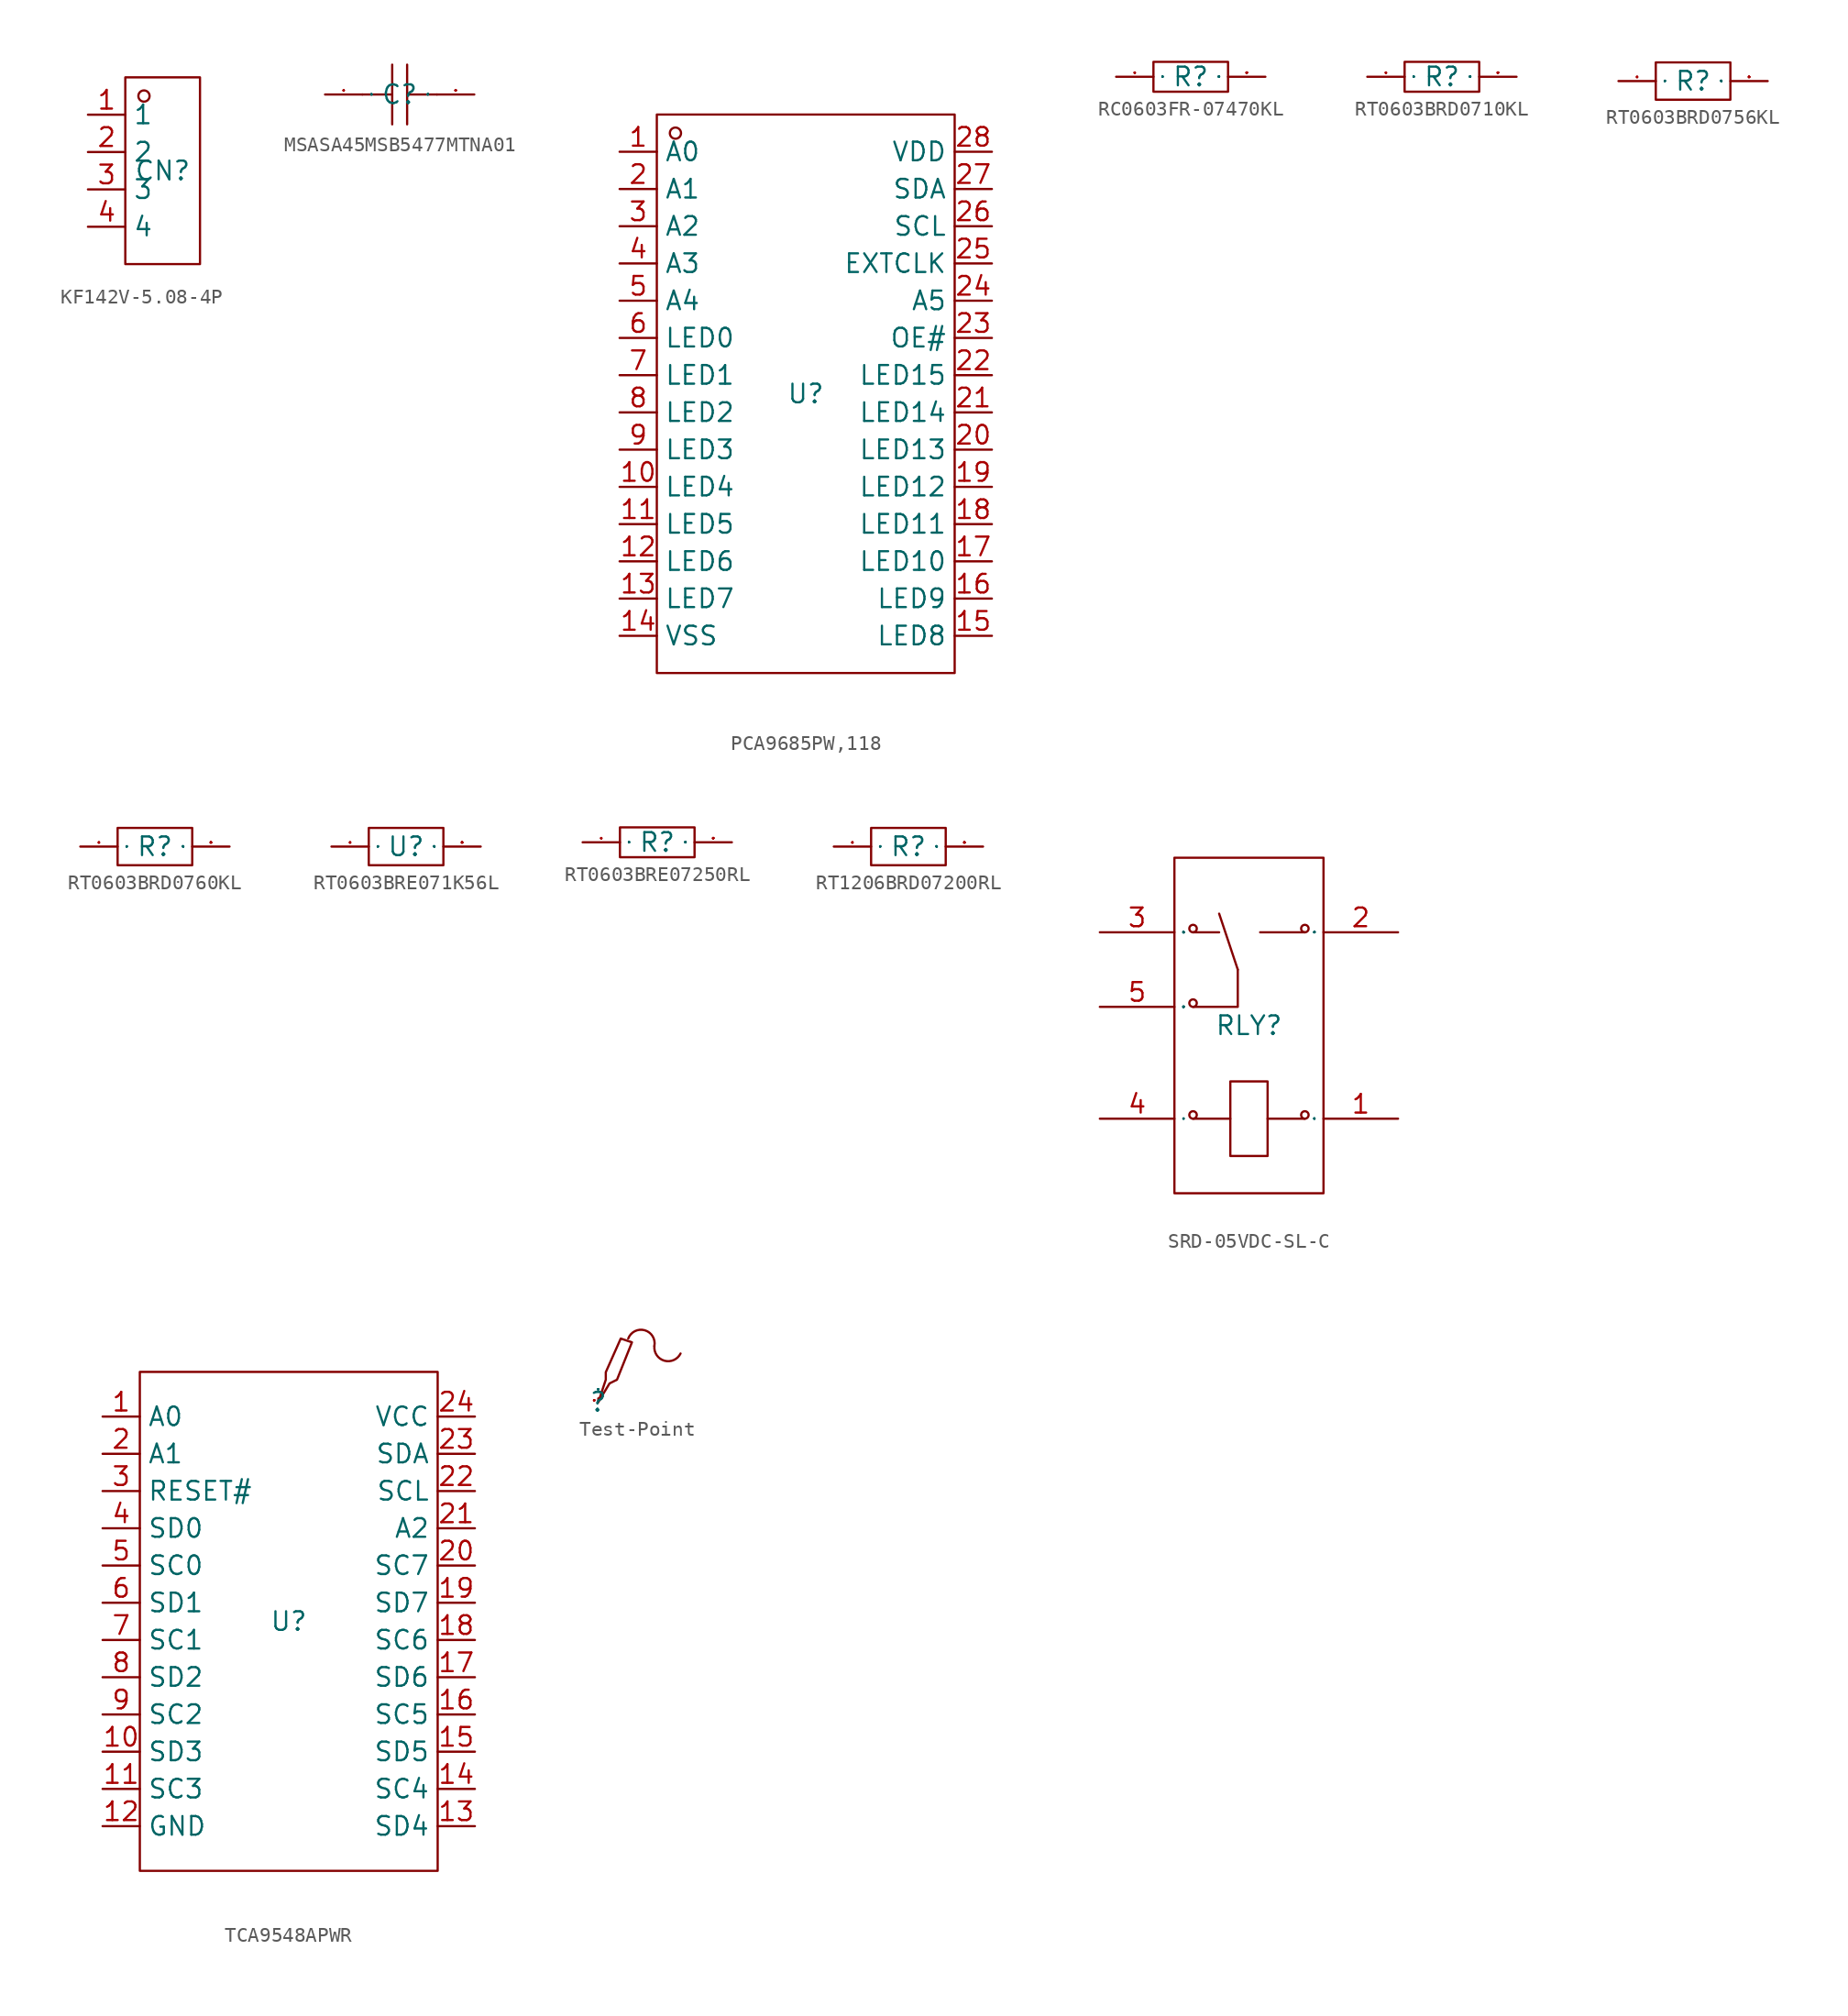
<source format=kicad_sym>
(kicad_symbol_lib
  (version 20241209)
  (generator "kicad_symbol_editor")
  (generator_version "9.0")
  (symbol "KF142V-5.08-4P"
    (property "Reference" "CN"
      (at 0 0 0)
      (effects (font (size 1.27 1.27))))
    (property "Value" ""
      (at 0 0 0)
      (effects (font (size 1.27 1.27))))
    (symbol "KF142V-5.08-4P_1_0"
      (rectangle (start -2.54 -6.35) (end 2.54 6.35) (stroke (width 0) (type default)) (fill (type none)))
      (circle (center -1.27 5.08) (radius 0.381) (stroke (width 0) (type default)) (fill (type none)))
      (pin unspecified line (at -5.08 3.81 0) (length 2.54) (name "1" (effects (font (size 1.27 1.27)))) (number "1" (effects (font (size 1.27 1.27)))))
      (pin unspecified line (at -5.08 1.27 0) (length 2.54) (name "2" (effects (font (size 1.27 1.27)))) (number "2" (effects (font (size 1.27 1.27)))))
      (pin unspecified line (at -5.08 -1.27 0) (length 2.54) (name "3" (effects (font (size 1.27 1.27)))) (number "3" (effects (font (size 1.27 1.27)))))
      (pin unspecified line (at -5.08 -3.81 0) (length 2.54) (name "4" (effects (font (size 1.27 1.27)))) (number "4" (effects (font (size 1.27 1.27)))))))
  (symbol "MSASA45MSB5477MTNA01"
    (property "Reference" "C"
      (at 0 0 0)
      (effects (font (size 1.27 1.27))))
    (symbol "MSASA45MSB5477MTNA01_1_0"
      (polyline (pts (xy -0.508 0) (xy -2.54 0)) (stroke (width 0) (type default)) (fill (type none)))
      (polyline (pts (xy -0.508 -2.032) (xy -0.508 2.032)) (stroke (width 0) (type default)) (fill (type none)))
      (polyline (pts (xy 0.508 2.032) (xy 0.508 -2.032)) (stroke (width 0) (type default)) (fill (type none)))
      (polyline (pts (xy 2.54 0) (xy 0.508 0)) (stroke (width 0) (type default)) (fill (type none)))
      (pin unspecified line (at -5.08 0 0) (length 2.54) (name "1" (effects (font (size 0.025 0.025)))) (number "1" (effects (font (size 0.025 0.025)))))
      (pin unspecified line (at 5.08 0 180) (length 2.54) (name "2" (effects (font (size 0.025 0.025)))) (number "2" (effects (font (size 0.025 0.025)))))))
  (symbol "PCA9685PW,118"
    (property "Reference" "U"
      (at 0 0 0)
      (effects (font (size 1.27 1.27))))
    (property "Value" ""
      (at 0 0 0)
      (effects (font (size 1.27 1.27))))
    (symbol "PCA9685PW,118_1_0"
      (rectangle (start -10.16 -19.05) (end 10.16 19.05) (stroke (width 0) (type default)) (fill (type none)))
      (circle (center -8.89 17.78) (radius 0.381) (stroke (width 0) (type default)) (fill (type none)))
      (pin input line (at -12.7 16.51 0) (length 2.54) (name "A0" (effects (font (size 1.27 1.27)))) (number "1" (effects (font (size 1.27 1.27)))))
      (pin input line (at -12.7 13.97 0) (length 2.54) (name "A1" (effects (font (size 1.27 1.27)))) (number "2" (effects (font (size 1.27 1.27)))))
      (pin input line (at -12.7 11.43 0) (length 2.54) (name "A2" (effects (font (size 1.27 1.27)))) (number "3" (effects (font (size 1.27 1.27)))))
      (pin input line (at -12.7 8.89 0) (length 2.54) (name "A3" (effects (font (size 1.27 1.27)))) (number "4" (effects (font (size 1.27 1.27)))))
      (pin input line (at -12.7 6.35 0) (length 2.54) (name "A4" (effects (font (size 1.27 1.27)))) (number "5" (effects (font (size 1.27 1.27)))))
      (pin input line (at -12.7 3.81 0) (length 2.54) (name "LED0" (effects (font (size 1.27 1.27)))) (number "6" (effects (font (size 1.27 1.27)))))
      (pin input line (at -12.7 1.27 0) (length 2.54) (name "LED1" (effects (font (size 1.27 1.27)))) (number "7" (effects (font (size 1.27 1.27)))))
      (pin input line (at -12.7 -1.27 0) (length 2.54) (name "LED2" (effects (font (size 1.27 1.27)))) (number "8" (effects (font (size 1.27 1.27)))))
      (pin input line (at -12.7 -3.81 0) (length 2.54) (name "LED3" (effects (font (size 1.27 1.27)))) (number "9" (effects (font (size 1.27 1.27)))))
      (pin input line (at -12.7 -6.35 0) (length 2.54) (name "LED4" (effects (font (size 1.27 1.27)))) (number "10" (effects (font (size 1.27 1.27)))))
      (pin input line (at -12.7 -8.89 0) (length 2.54) (name "LED5" (effects (font (size 1.27 1.27)))) (number "11" (effects (font (size 1.27 1.27)))))
      (pin input line (at -12.7 -11.43 0) (length 2.54) (name "LED6" (effects (font (size 1.27 1.27)))) (number "12" (effects (font (size 1.27 1.27)))))
      (pin input line (at -12.7 -13.97 0) (length 2.54) (name "LED7" (effects (font (size 1.27 1.27)))) (number "13" (effects (font (size 1.27 1.27)))))
      (pin input line (at -12.7 -16.51 0) (length 2.54) (name "VSS" (effects (font (size 1.27 1.27)))) (number "14" (effects (font (size 1.27 1.27)))))
      (pin input line (at 12.7 16.51 180) (length 2.54) (name "VDD" (effects (font (size 1.27 1.27)))) (number "28" (effects (font (size 1.27 1.27)))))
      (pin input line (at 12.7 13.97 180) (length 2.54) (name "SDA" (effects (font (size 1.27 1.27)))) (number "27" (effects (font (size 1.27 1.27)))))
      (pin input line (at 12.7 11.43 180) (length 2.54) (name "SCL" (effects (font (size 1.27 1.27)))) (number "26" (effects (font (size 1.27 1.27)))))
      (pin input line (at 12.7 8.89 180) (length 2.54) (name "EXTCLK" (effects (font (size 1.27 1.27)))) (number "25" (effects (font (size 1.27 1.27)))))
      (pin input line (at 12.7 6.35 180) (length 2.54) (name "A5" (effects (font (size 1.27 1.27)))) (number "24" (effects (font (size 1.27 1.27)))))
      (pin input line (at 12.7 3.81 180) (length 2.54) (name "OE#" (effects (font (size 1.27 1.27)))) (number "23" (effects (font (size 1.27 1.27)))))
      (pin input line (at 12.7 1.27 180) (length 2.54) (name "LED15" (effects (font (size 1.27 1.27)))) (number "22" (effects (font (size 1.27 1.27)))))
      (pin input line (at 12.7 -1.27 180) (length 2.54) (name "LED14" (effects (font (size 1.27 1.27)))) (number "21" (effects (font (size 1.27 1.27)))))
      (pin input line (at 12.7 -3.81 180) (length 2.54) (name "LED13" (effects (font (size 1.27 1.27)))) (number "20" (effects (font (size 1.27 1.27)))))
      (pin input line (at 12.7 -6.35 180) (length 2.54) (name "LED12" (effects (font (size 1.27 1.27)))) (number "19" (effects (font (size 1.27 1.27)))))
      (pin input line (at 12.7 -8.89 180) (length 2.54) (name "LED11" (effects (font (size 1.27 1.27)))) (number "18" (effects (font (size 1.27 1.27)))))
      (pin input line (at 12.7 -11.43 180) (length 2.54) (name "LED10" (effects (font (size 1.27 1.27)))) (number "17" (effects (font (size 1.27 1.27)))))
      (pin input line (at 12.7 -13.97 180) (length 2.54) (name "LED9" (effects (font (size 1.27 1.27)))) (number "16" (effects (font (size 1.27 1.27)))))
      (pin input line (at 12.7 -16.51 180) (length 2.54) (name "LED8" (effects (font (size 1.27 1.27)))) (number "15" (effects (font (size 1.27 1.27)))))))
  (symbol "RC0603FR-07470KL"
    (property "Reference" "R"
      (at 0 0 0)
      (effects (font (size 1.27 1.27))))
    (symbol "RC0603FR-07470KL_1_0"
      (rectangle (start -2.54 -1.016) (end 2.54 1.016) (stroke (width 0) (type default)) (fill (type none)))
      (pin input line (at -5.08 0 0) (length 2.54) (name "1" (effects (font (size 0.025 0.025)))) (number "1" (effects (font (size 0.025 0.025)))))
      (pin input line (at 5.08 0 180) (length 2.54) (name "2" (effects (font (size 0.025 0.025)))) (number "2" (effects (font (size 0.025 0.025)))))))
  (symbol "RT0603BRD0710KL"
    (property "Reference" "R"
      (at 0 0 0)
      (effects (font (size 1.27 1.27))))
    (symbol "RT0603BRD0710KL_1_0"
      (rectangle (start -2.54 -1.016) (end 2.54 1.016) (stroke (width 0) (type default)) (fill (type none)))
      (pin input line (at -5.08 0 0) (length 2.54) (name "1" (effects (font (size 0.025 0.025)))) (number "1" (effects (font (size 0.025 0.025)))))
      (pin input line (at 5.08 0 180) (length 2.54) (name "2" (effects (font (size 0.025 0.025)))) (number "2" (effects (font (size 0.025 0.025)))))))
  (symbol "RT0603BRD0756KL"
    (property "Reference" "R"
      (at 0 0 0)
      (effects (font (size 1.27 1.27))))
    (symbol "RT0603BRD0756KL_1_0"
      (rectangle (start -2.54 1.27) (end 2.54 -1.27) (stroke (width 0) (type default)) (fill (type none)))
      (pin unspecified line (at -5.08 0 0) (length 2.54) (name "1" (effects (font (size 0.025 0.025)))) (number "1" (effects (font (size 0.025 0.025)))))
      (pin unspecified line (at 5.08 0 180) (length 2.54) (name "2" (effects (font (size 0.025 0.025)))) (number "2" (effects (font (size 0.025 0.025)))))))
  (symbol "RT0603BRD0760KL"
    (property "Reference" "R"
      (at 0 0 0)
      (effects (font (size 1.27 1.27))))
    (symbol "RT0603BRD0760KL_1_0"
      (rectangle (start -2.54 -1.27) (end 2.54 1.27) (stroke (width 0) (type default)) (fill (type none)))
      (pin unspecified line (at -5.08 0 0) (length 2.54) (name "1" (effects (font (size 0.025 0.025)))) (number "1" (effects (font (size 0.025 0.025)))))
      (pin unspecified line (at 5.08 0 180) (length 2.54) (name "2" (effects (font (size 0.025 0.025)))) (number "2" (effects (font (size 0.025 0.025)))))))
  (symbol "RT0603BRE071K56L"
    (property "Reference" "U"
      (at 0 0 0)
      (effects (font (size 1.27 1.27))))
    (symbol "RT0603BRE071K56L_1_0"
      (rectangle (start -2.54 -1.27) (end 2.54 1.27) (stroke (width 0) (type default)) (fill (type none)))
      (pin unspecified line (at -5.08 0 0) (length 2.54) (name "1" (effects (font (size 0.025 0.025)))) (number "1" (effects (font (size 0.025 0.025)))))
      (pin unspecified line (at 5.08 0 180) (length 2.54) (name "2" (effects (font (size 0.025 0.025)))) (number "2" (effects (font (size 0.025 0.025)))))))
  (symbol "RT0603BRE07250RL"
    (property "Reference" "R"
      (at 0 0 0)
      (effects (font (size 1.27 1.27))))
    (symbol "RT0603BRE07250RL_1_0"
      (rectangle (start -2.54 -1.016) (end 2.54 1.016) (stroke (width 0) (type default)) (fill (type none)))
      (pin unspecified line (at -5.08 0 0) (length 2.54) (name "1" (effects (font (size 0.025 0.025)))) (number "1" (effects (font (size 0.025 0.025)))))
      (pin unspecified line (at 5.08 0 180) (length 2.54) (name "2" (effects (font (size 0.025 0.025)))) (number "2" (effects (font (size 0.025 0.025)))))))
  (symbol "RT1206BRD07200RL"
    (property "Reference" "R"
      (at 0 0 0)
      (effects (font (size 1.27 1.27))))
    (symbol "RT1206BRD07200RL_1_0"
      (rectangle (start -2.54 -1.27) (end 2.54 1.27) (stroke (width 0) (type default)) (fill (type none)))
      (pin unspecified line (at -5.08 0 0) (length 2.54) (name "1" (effects (font (size 0.025 0.025)))) (number "1" (effects (font (size 0.025 0.025)))))
      (pin unspecified line (at 5.08 0 180) (length 2.54) (name "2" (effects (font (size 0.025 0.025)))) (number "2" (effects (font (size 0.025 0.025)))))))
  (symbol "SRD-05VDC-SL-C"
    (property "Reference" "RLY"
      (at 0 0 0)
      (effects (font (size 1.27 1.27))))
    (property "Value" ""
      (at 0 0 0)
      (effects (font (size 1.27 1.27))))
    (symbol "SRD-05VDC-SL-C_1_0"
      (rectangle (start -5.08 11.43) (end 5.08 -11.43) (stroke (width 0) (type default)) (fill (type none)))
      (circle (center -3.81 6.604) (radius 0.254) (stroke (width 0) (type default)) (fill (type none)))
      (polyline (pts (xy -3.81 6.35) (xy -2.032 6.35)) (stroke (width 0) (type default)) (fill (type none)))
      (circle (center -3.81 1.524) (radius 0.254) (stroke (width 0) (type default)) (fill (type none)))
      (polyline (pts (xy -3.81 1.27) (xy -0.762 1.27) (xy -0.762 1.27) (xy -0.762 3.81)) (stroke (width 0) (type default)) (fill (type none)))
      (circle (center -3.81 -6.096) (radius 0.254) (stroke (width 0) (type default)) (fill (type none)))
      (polyline (pts (xy -1.27 -6.35) (xy -3.81 -6.35)) (stroke (width 0) (type default)) (fill (type none)))
      (polyline (pts (xy -1.27 -8.89) (xy 1.27 -8.89) (xy 1.27 -8.89) (xy 1.27 -3.81) (xy 1.27 -3.81) (xy -1.27 -3.81) (xy -1.27 -3.81) (xy -1.27 -8.89)) (stroke (width 0) (type default)) (fill (type none)))
      (polyline (pts (xy -0.762 3.81) (xy -2.032 7.62)) (stroke (width 0) (type default)) (fill (type none)))
      (circle (center 3.81 6.604) (radius 0.254) (stroke (width 0) (type default)) (fill (type none)))
      (polyline (pts (xy 3.81 6.35) (xy 0.762 6.35)) (stroke (width 0) (type default)) (fill (type none)))
      (circle (center 3.81 -6.096) (radius 0.254) (stroke (width 0) (type default)) (fill (type none)))
      (polyline (pts (xy 3.81 -6.35) (xy 1.27 -6.35)) (stroke (width 0) (type default)) (fill (type none)))
      (pin input line (at -10.16 6.35 0) (length 5.08) (name "3" (effects (font (size 0.025 0.025)))) (number "3" (effects (font (size 1.27 1.27)))))
      (pin input line (at -10.16 1.27 0) (length 5.08) (name "5" (effects (font (size 0.025 0.025)))) (number "5" (effects (font (size 1.27 1.27)))))
      (pin input line (at -10.16 -6.35 0) (length 5.08) (name "4" (effects (font (size 0.025 0.025)))) (number "4" (effects (font (size 1.27 1.27)))))
      (pin input line (at 10.16 6.35 180) (length 5.08) (name "2" (effects (font (size 0.025 0.025)))) (number "2" (effects (font (size 1.27 1.27)))))
      (pin input line (at 10.16 -6.35 180) (length 5.08) (name "1" (effects (font (size 0.025 0.025)))) (number "1" (effects (font (size 1.27 1.27)))))))
  (symbol "TCA9548APWR"
    (property "Reference" "U"
      (at 0 0 0)
      (effects (font (size 1.27 1.27))))
    (property "Value" ""
      (at 0 0 0)
      (effects (font (size 1.27 1.27))))
    (symbol "TCA9548APWR_1_0"
      (rectangle (start -10.16 17.018) (end 10.16 -17.018) (stroke (width 0) (type default)) (fill (type none)))
      (pin unspecified line (at -12.7 13.97 0) (length 2.54) (name "A0" (effects (font (size 1.27 1.27)))) (number "1" (effects (font (size 1.27 1.27)))))
      (pin unspecified line (at -12.7 11.43 0) (length 2.54) (name "A1" (effects (font (size 1.27 1.27)))) (number "2" (effects (font (size 1.27 1.27)))))
      (pin unspecified line (at -12.7 8.89 0) (length 2.54) (name "RESET#" (effects (font (size 1.27 1.27)))) (number "3" (effects (font (size 1.27 1.27)))))
      (pin unspecified line (at -12.7 6.35 0) (length 2.54) (name "SD0" (effects (font (size 1.27 1.27)))) (number "4" (effects (font (size 1.27 1.27)))))
      (pin unspecified line (at -12.7 3.81 0) (length 2.54) (name "SC0" (effects (font (size 1.27 1.27)))) (number "5" (effects (font (size 1.27 1.27)))))
      (pin unspecified line (at -12.7 1.27 0) (length 2.54) (name "SD1" (effects (font (size 1.27 1.27)))) (number "6" (effects (font (size 1.27 1.27)))))
      (pin unspecified line (at -12.7 -1.27 0) (length 2.54) (name "SC1" (effects (font (size 1.27 1.27)))) (number "7" (effects (font (size 1.27 1.27)))))
      (pin unspecified line (at -12.7 -3.81 0) (length 2.54) (name "SD2" (effects (font (size 1.27 1.27)))) (number "8" (effects (font (size 1.27 1.27)))))
      (pin unspecified line (at -12.7 -6.35 0) (length 2.54) (name "SC2" (effects (font (size 1.27 1.27)))) (number "9" (effects (font (size 1.27 1.27)))))
      (pin unspecified line (at -12.7 -8.89 0) (length 2.54) (name "SD3" (effects (font (size 1.27 1.27)))) (number "10" (effects (font (size 1.27 1.27)))))
      (pin unspecified line (at -12.7 -11.43 0) (length 2.54) (name "SC3" (effects (font (size 1.27 1.27)))) (number "11" (effects (font (size 1.27 1.27)))))
      (pin unspecified line (at -12.7 -13.97 0) (length 2.54) (name "GND" (effects (font (size 1.27 1.27)))) (number "12" (effects (font (size 1.27 1.27)))))
      (pin unspecified line (at 12.7 13.97 180) (length 2.54) (name "VCC" (effects (font (size 1.27 1.27)))) (number "24" (effects (font (size 1.27 1.27)))))
      (pin unspecified line (at 12.7 11.43 180) (length 2.54) (name "SDA" (effects (font (size 1.27 1.27)))) (number "23" (effects (font (size 1.27 1.27)))))
      (pin unspecified line (at 12.7 8.89 180) (length 2.54) (name "SCL" (effects (font (size 1.27 1.27)))) (number "22" (effects (font (size 1.27 1.27)))))
      (pin unspecified line (at 12.7 6.35 180) (length 2.54) (name "A2" (effects (font (size 1.27 1.27)))) (number "21" (effects (font (size 1.27 1.27)))))
      (pin unspecified line (at 12.7 3.81 180) (length 2.54) (name "SC7" (effects (font (size 1.27 1.27)))) (number "20" (effects (font (size 1.27 1.27)))))
      (pin unspecified line (at 12.7 1.27 180) (length 2.54) (name "SD7" (effects (font (size 1.27 1.27)))) (number "19" (effects (font (size 1.27 1.27)))))
      (pin unspecified line (at 12.7 -1.27 180) (length 2.54) (name "SC6" (effects (font (size 1.27 1.27)))) (number "18" (effects (font (size 1.27 1.27)))))
      (pin unspecified line (at 12.7 -3.81 180) (length 2.54) (name "SD6" (effects (font (size 1.27 1.27)))) (number "17" (effects (font (size 1.27 1.27)))))
      (pin unspecified line (at 12.7 -6.35 180) (length 2.54) (name "SC5" (effects (font (size 1.27 1.27)))) (number "16" (effects (font (size 1.27 1.27)))))
      (pin unspecified line (at 12.7 -8.89 180) (length 2.54) (name "SD5" (effects (font (size 1.27 1.27)))) (number "15" (effects (font (size 1.27 1.27)))))
      (pin unspecified line (at 12.7 -11.43 180) (length 2.54) (name "SC4" (effects (font (size 1.27 1.27)))) (number "14" (effects (font (size 1.27 1.27)))))
      (pin unspecified line (at 12.7 -13.97 180) (length 2.54) (name "SD4" (effects (font (size 1.27 1.27)))) (number "13" (effects (font (size 1.27 1.27)))))))
  (symbol "Test-Point"
    (property "Reference" ""
      (at 0 0 0)
      (effects (font (size 1.27 1.27))))
    (property "Value" ""
      (at 0 0 0)
      (effects (font (size 1.27 1.27))))
    (symbol "Test-Point_1_0"
      (polyline (pts (xy 0 0) (xy 0.508 1.524) (xy 0.508 2.032) (xy 1.524 4.318) (xy 2.286 4.064) (xy 1.27 1.524) (xy 0.762 1.27) (xy 0 0)) (stroke (width 0) (type default)) (fill (type none)))
      (arc (start 2.032 4.318) (mid 3.302 4.826) (end 3.81 3.81) (stroke (width 0) (type default)) (fill (type none)))
      (arc (start 5.588 3.302) (mid 4.487 2.8141) (end 3.81 3.81) (stroke (width 0) (type default)) (fill (type none)))
      (pin unspecified line (at 0 0 90) (length 0.254) (name "1" (effects (font (size 0.025 0.025)))) (number "1" (effects (font (size 0.025 0.025))))))))
</source>
